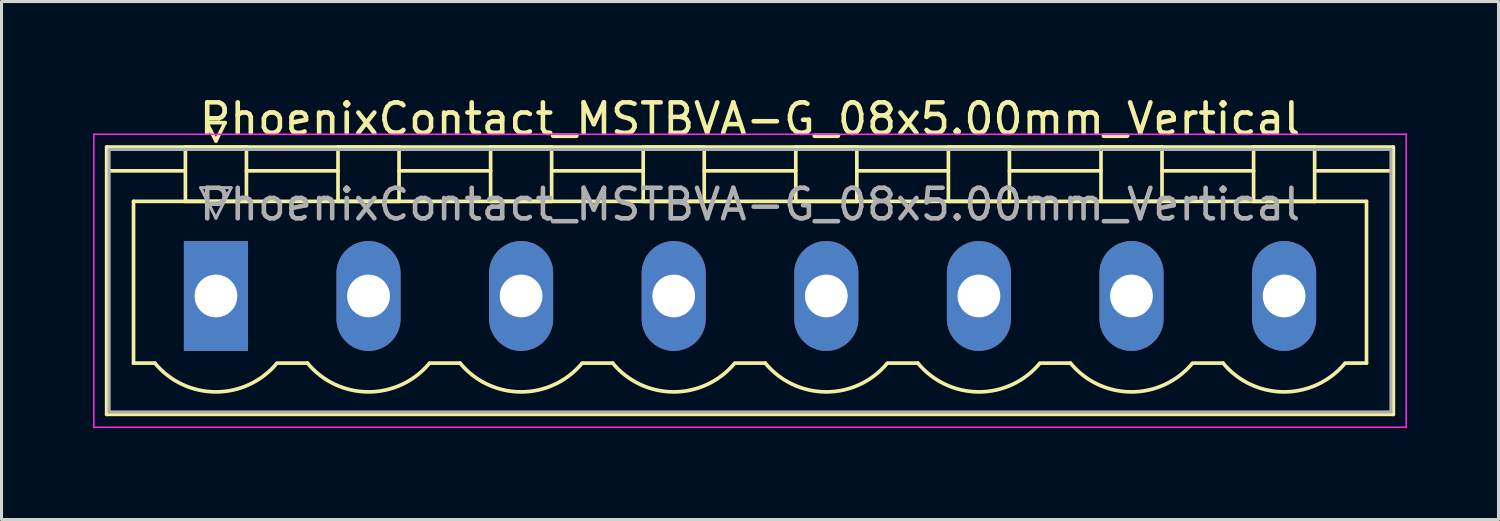
<source format=kicad_pcb>
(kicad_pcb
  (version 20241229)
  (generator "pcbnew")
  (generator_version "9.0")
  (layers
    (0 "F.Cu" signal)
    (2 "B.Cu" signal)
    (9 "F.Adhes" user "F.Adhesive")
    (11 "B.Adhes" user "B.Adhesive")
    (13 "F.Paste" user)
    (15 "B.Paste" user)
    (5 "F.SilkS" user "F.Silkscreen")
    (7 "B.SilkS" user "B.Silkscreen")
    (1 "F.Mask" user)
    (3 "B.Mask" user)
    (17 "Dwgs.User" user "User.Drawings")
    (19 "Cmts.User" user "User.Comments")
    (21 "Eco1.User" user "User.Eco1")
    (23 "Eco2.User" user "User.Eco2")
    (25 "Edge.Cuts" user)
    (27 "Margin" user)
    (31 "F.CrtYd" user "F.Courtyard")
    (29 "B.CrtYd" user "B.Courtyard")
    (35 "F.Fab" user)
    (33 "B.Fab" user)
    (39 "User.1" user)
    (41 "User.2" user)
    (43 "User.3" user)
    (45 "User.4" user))
  (footprint "PhoenixContact_MSTBVA-G_08x5.00mm_Vertical"
    (layer "F.Cu")
    (at 4.025 6.648)
    (property "Reference" "PhoenixContact_MSTBVA-G_08x5.00mm_Vertical" (at 17.5 -5.8 0) (layer "F.SilkS") (effects (font (size 1 1) (thickness 0.15))))
    (attr through_hole)
    (fp_line (start -3.58 -4.88) (end -3.58 3.88) (stroke (width 0.12) (type solid)) (layer "F.SilkS"))
    (fp_line (start -3.58 -4.1) (end -1.08 -4.1) (stroke (width 0.12) (type solid)) (layer "F.SilkS"))
    (fp_line (start -3.58 3.88) (end 38.58 3.88) (stroke (width 0.12) (type solid)) (layer "F.SilkS"))
    (fp_line (start -2.7 -3.1) (end 37.7 -3.1) (stroke (width 0.12) (type solid)) (layer "F.SilkS"))
    (fp_line (start -2.7 2.2) (end -2.7 -3.1) (stroke (width 0.12) (type solid)) (layer "F.SilkS"))
    (fp_line (start -2 2.2) (end -2.7 2.2) (stroke (width 0.12) (type solid)) (layer "F.SilkS"))
    (fp_line (start -1 -4.88) (end 1 -4.88) (stroke (width 0.12) (type solid)) (layer "F.SilkS"))
    (fp_line (start -1 -3.1) (end -1 -4.88) (stroke (width 0.12) (type solid)) (layer "F.SilkS"))
    (fp_line (start -0.3 -5.68) (end 0.3 -5.68) (stroke (width 0.12) (type solid)) (layer "F.SilkS"))
    (fp_line (start 0 -5.08) (end -0.3 -5.68) (stroke (width 0.12) (type solid)) (layer "F.SilkS"))
    (fp_line (start 0.3 -5.68) (end 0 -5.08) (stroke (width 0.12) (type solid)) (layer "F.SilkS"))
    (fp_line (start 1 -4.88) (end 1 -3.1) (stroke (width 0.12) (type solid)) (layer "F.SilkS"))
    (fp_line (start 1 -4.1) (end 4 -4.1) (stroke (width 0.12) (type solid)) (layer "F.SilkS"))
    (fp_line (start 1 -3.1) (end -1 -3.1) (stroke (width 0.12) (type solid)) (layer "F.SilkS"))
    (fp_line (start 2 2.2) (end 3 2.2) (stroke (width 0.12) (type solid)) (layer "F.SilkS"))
    (fp_line (start 4 -4.88) (end 6 -4.88) (stroke (width 0.12) (type solid)) (layer "F.SilkS"))
    (fp_line (start 4 -3.1) (end 4 -4.88) (stroke (width 0.12) (type solid)) (layer "F.SilkS"))
    (fp_line (start 6 -4.88) (end 6 -3.1) (stroke (width 0.12) (type solid)) (layer "F.SilkS"))
    (fp_line (start 6 -4.1) (end 9 -4.1) (stroke (width 0.12) (type solid)) (layer "F.SilkS"))
    (fp_line (start 6 -3.1) (end 4 -3.1) (stroke (width 0.12) (type solid)) (layer "F.SilkS"))
    (fp_line (start 7 2.2) (end 8 2.2) (stroke (width 0.12) (type solid)) (layer "F.SilkS"))
    (fp_line (start 9 -4.88) (end 11 -4.88) (stroke (width 0.12) (type solid)) (layer "F.SilkS"))
    (fp_line (start 9 -3.1) (end 9 -4.88) (stroke (width 0.12) (type solid)) (layer "F.SilkS"))
    (fp_line (start 11 -4.88) (end 11 -3.1) (stroke (width 0.12) (type solid)) (layer "F.SilkS"))
    (fp_line (start 11 -4.1) (end 14 -4.1) (stroke (width 0.12) (type solid)) (layer "F.SilkS"))
    (fp_line (start 11 -3.1) (end 9 -3.1) (stroke (width 0.12) (type solid)) (layer "F.SilkS"))
    (fp_line (start 12 2.2) (end 13 2.2) (stroke (width 0.12) (type solid)) (layer "F.SilkS"))
    (fp_line (start 14 -4.88) (end 16 -4.88) (stroke (width 0.12) (type solid)) (layer "F.SilkS"))
    (fp_line (start 14 -3.1) (end 14 -4.88) (stroke (width 0.12) (type solid)) (layer "F.SilkS"))
    (fp_line (start 16 -4.88) (end 16 -3.1) (stroke (width 0.12) (type solid)) (layer "F.SilkS"))
    (fp_line (start 16 -4.1) (end 19 -4.1) (stroke (width 0.12) (type solid)) (layer "F.SilkS"))
    (fp_line (start 16 -3.1) (end 14 -3.1) (stroke (width 0.12) (type solid)) (layer "F.SilkS"))
    (fp_line (start 17 2.2) (end 18 2.2) (stroke (width 0.12) (type solid)) (layer "F.SilkS"))
    (fp_line (start 19 -4.88) (end 21 -4.88) (stroke (width 0.12) (type solid)) (layer "F.SilkS"))
    (fp_line (start 19 -3.1) (end 19 -4.88) (stroke (width 0.12) (type solid)) (layer "F.SilkS"))
    (fp_line (start 21 -4.88) (end 21 -3.1) (stroke (width 0.12) (type solid)) (layer "F.SilkS"))
    (fp_line (start 21 -4.1) (end 24 -4.1) (stroke (width 0.12) (type solid)) (layer "F.SilkS"))
    (fp_line (start 21 -3.1) (end 19 -3.1) (stroke (width 0.12) (type solid)) (layer "F.SilkS"))
    (fp_line (start 22 2.2) (end 23 2.2) (stroke (width 0.12) (type solid)) (layer "F.SilkS"))
    (fp_line (start 24 -4.88) (end 26 -4.88) (stroke (width 0.12) (type solid)) (layer "F.SilkS"))
    (fp_line (start 24 -3.1) (end 24 -4.88) (stroke (width 0.12) (type solid)) (layer "F.SilkS"))
    (fp_line (start 26 -4.88) (end 26 -3.1) (stroke (width 0.12) (type solid)) (layer "F.SilkS"))
    (fp_line (start 26 -4.1) (end 29 -4.1) (stroke (width 0.12) (type solid)) (layer "F.SilkS"))
    (fp_line (start 26 -3.1) (end 24 -3.1) (stroke (width 0.12) (type solid)) (layer "F.SilkS"))
    (fp_line (start 27 2.2) (end 28 2.2) (stroke (width 0.12) (type solid)) (layer "F.SilkS"))
    (fp_line (start 29 -4.88) (end 31 -4.88) (stroke (width 0.12) (type solid)) (layer "F.SilkS"))
    (fp_line (start 29 -3.1) (end 29 -4.88) (stroke (width 0.12) (type solid)) (layer "F.SilkS"))
    (fp_line (start 31 -4.88) (end 31 -3.1) (stroke (width 0.12) (type solid)) (layer "F.SilkS"))
    (fp_line (start 31 -4.1) (end 34 -4.1) (stroke (width 0.12) (type solid)) (layer "F.SilkS"))
    (fp_line (start 31 -3.1) (end 29 -3.1) (stroke (width 0.12) (type solid)) (layer "F.SilkS"))
    (fp_line (start 32 2.2) (end 33 2.2) (stroke (width 0.12) (type solid)) (layer "F.SilkS"))
    (fp_line (start 34 -4.88) (end 36 -4.88) (stroke (width 0.12) (type solid)) (layer "F.SilkS"))
    (fp_line (start 34 -3.1) (end 34 -4.88) (stroke (width 0.12) (type solid)) (layer "F.SilkS"))
    (fp_line (start 36 -4.88) (end 36 -3.1) (stroke (width 0.12) (type solid)) (layer "F.SilkS"))
    (fp_line (start 36 -3.1) (end 34 -3.1) (stroke (width 0.12) (type solid)) (layer "F.SilkS"))
    (fp_line (start 37.7 -3.1) (end 37.7 2.2) (stroke (width 0.12) (type solid)) (layer "F.SilkS"))
    (fp_line (start 37.7 2.2) (end 37 2.2) (stroke (width 0.12) (type solid)) (layer "F.SilkS"))
    (fp_line (start 38.58 -4.88) (end -3.58 -4.88) (stroke (width 0.12) (type solid)) (layer "F.SilkS"))
    (fp_line (start 38.58 -4.1) (end 36.08 -4.1) (stroke (width 0.12) (type solid)) (layer "F.SilkS"))
    (fp_line (start 38.58 3.88) (end 38.58 -4.88) (stroke (width 0.12) (type solid)) (layer "F.SilkS"))
    (fp_arc (start 1.986842 2.215821) (mid -0.010289 3.142758) (end -2 2.2) (stroke (width 0.12) (type solid)) (layer "F.SilkS"))
    (fp_arc (start 6.986842 2.215821) (mid 4.989711 3.142758) (end 3 2.2) (stroke (width 0.12) (type solid)) (layer "F.SilkS"))
    (fp_arc (start 11.986842 2.215821) (mid 9.989711 3.142758) (end 8 2.2) (stroke (width 0.12) (type solid)) (layer "F.SilkS"))
    (fp_arc (start 16.986842 2.215821) (mid 14.989711 3.142758) (end 13 2.2) (stroke (width 0.12) (type solid)) (layer "F.SilkS"))
    (fp_arc (start 21.986842 2.215821) (mid 19.989711 3.142758) (end 18 2.2) (stroke (width 0.12) (type solid)) (layer "F.SilkS"))
    (fp_arc (start 26.986842 2.215821) (mid 24.989711 3.142758) (end 23 2.2) (stroke (width 0.12) (type solid)) (layer "F.SilkS"))
    (fp_arc (start 31.986842 2.215821) (mid 29.989711 3.142758) (end 28 2.2) (stroke (width 0.12) (type solid)) (layer "F.SilkS"))
    (fp_arc (start 36.986842 2.215821) (mid 34.989711 3.142758) (end 33 2.2) (stroke (width 0.12) (type solid)) (layer "F.SilkS"))
    (fp_line (start -4 -5.3) (end -4 4.3) (stroke (width 0.05) (type solid)) (layer "F.CrtYd"))
    (fp_line (start -4 4.3) (end 39 4.3) (stroke (width 0.05) (type solid)) (layer "F.CrtYd"))
    (fp_line (start 39 -5.3) (end -4 -5.3) (stroke (width 0.05) (type solid)) (layer "F.CrtYd"))
    (fp_line (start 39 4.3) (end 39 -5.3) (stroke (width 0.05) (type solid)) (layer "F.CrtYd"))
    (fp_line (start -3.5 -4.8) (end -3.5 3.8) (stroke (width 0.1) (type solid)) (layer "F.Fab"))
    (fp_line (start -3.5 3.8) (end 38.5 3.8) (stroke (width 0.1) (type solid)) (layer "F.Fab"))
    (fp_line (start -0.5 -3.55) (end 0.5 -3.55) (stroke (width 0.1) (type solid)) (layer "F.Fab"))
    (fp_line (start 0 -2.55) (end -0.5 -3.55) (stroke (width 0.1) (type solid)) (layer "F.Fab"))
    (fp_line (start 0.5 -3.55) (end 0 -2.55) (stroke (width 0.1) (type solid)) (layer "F.Fab"))
    (fp_line (start 38.5 -4.8) (end -3.5 -4.8) (stroke (width 0.1) (type solid)) (layer "F.Fab"))
    (fp_line (start 38.5 3.8) (end 38.5 -4.8) (stroke (width 0.1) (type solid)) (layer "F.Fab"))
    (fp_text user "${REFERENCE}" (at 17.5 -3 0) (layer "F.Fab") (effects (font (size 1 1) (thickness 0.15))))
    (pad "1" thru_hole rect (at 0 0) (size 2.1 3.6) (drill 1.4) (layers "*.Cu" "*.Mask"))
    (pad "2" thru_hole oval (at 5 0) (size 2.1 3.6) (drill 1.4) (layers "*.Cu" "*.Mask"))
    (pad "3" thru_hole oval (at 10 0) (size 2.1 3.6) (drill 1.4) (layers "*.Cu" "*.Mask"))
    (pad "4" thru_hole oval (at 15 0) (size 2.1 3.6) (drill 1.4) (layers "*.Cu" "*.Mask"))
    (pad "5" thru_hole oval (at 20 0) (size 2.1 3.6) (drill 1.4) (layers "*.Cu" "*.Mask"))
    (pad "6" thru_hole oval (at 25 0) (size 2.1 3.6) (drill 1.4) (layers "*.Cu" "*.Mask"))
    (pad "7" thru_hole oval (at 30 0) (size 2.1 3.6) (drill 1.4) (layers "*.Cu" "*.Mask"))
    (pad "8" thru_hole oval (at 35 0) (size 2.1 3.6) (drill 1.4) (layers "*.Cu" "*.Mask")))
  (gr_rect
    (start -3 -3)
    (end 46.05 13.973)
    (stroke (width 0.1) (type default))
    (fill no)
    (layer "Edge.Cuts")))
</source>
